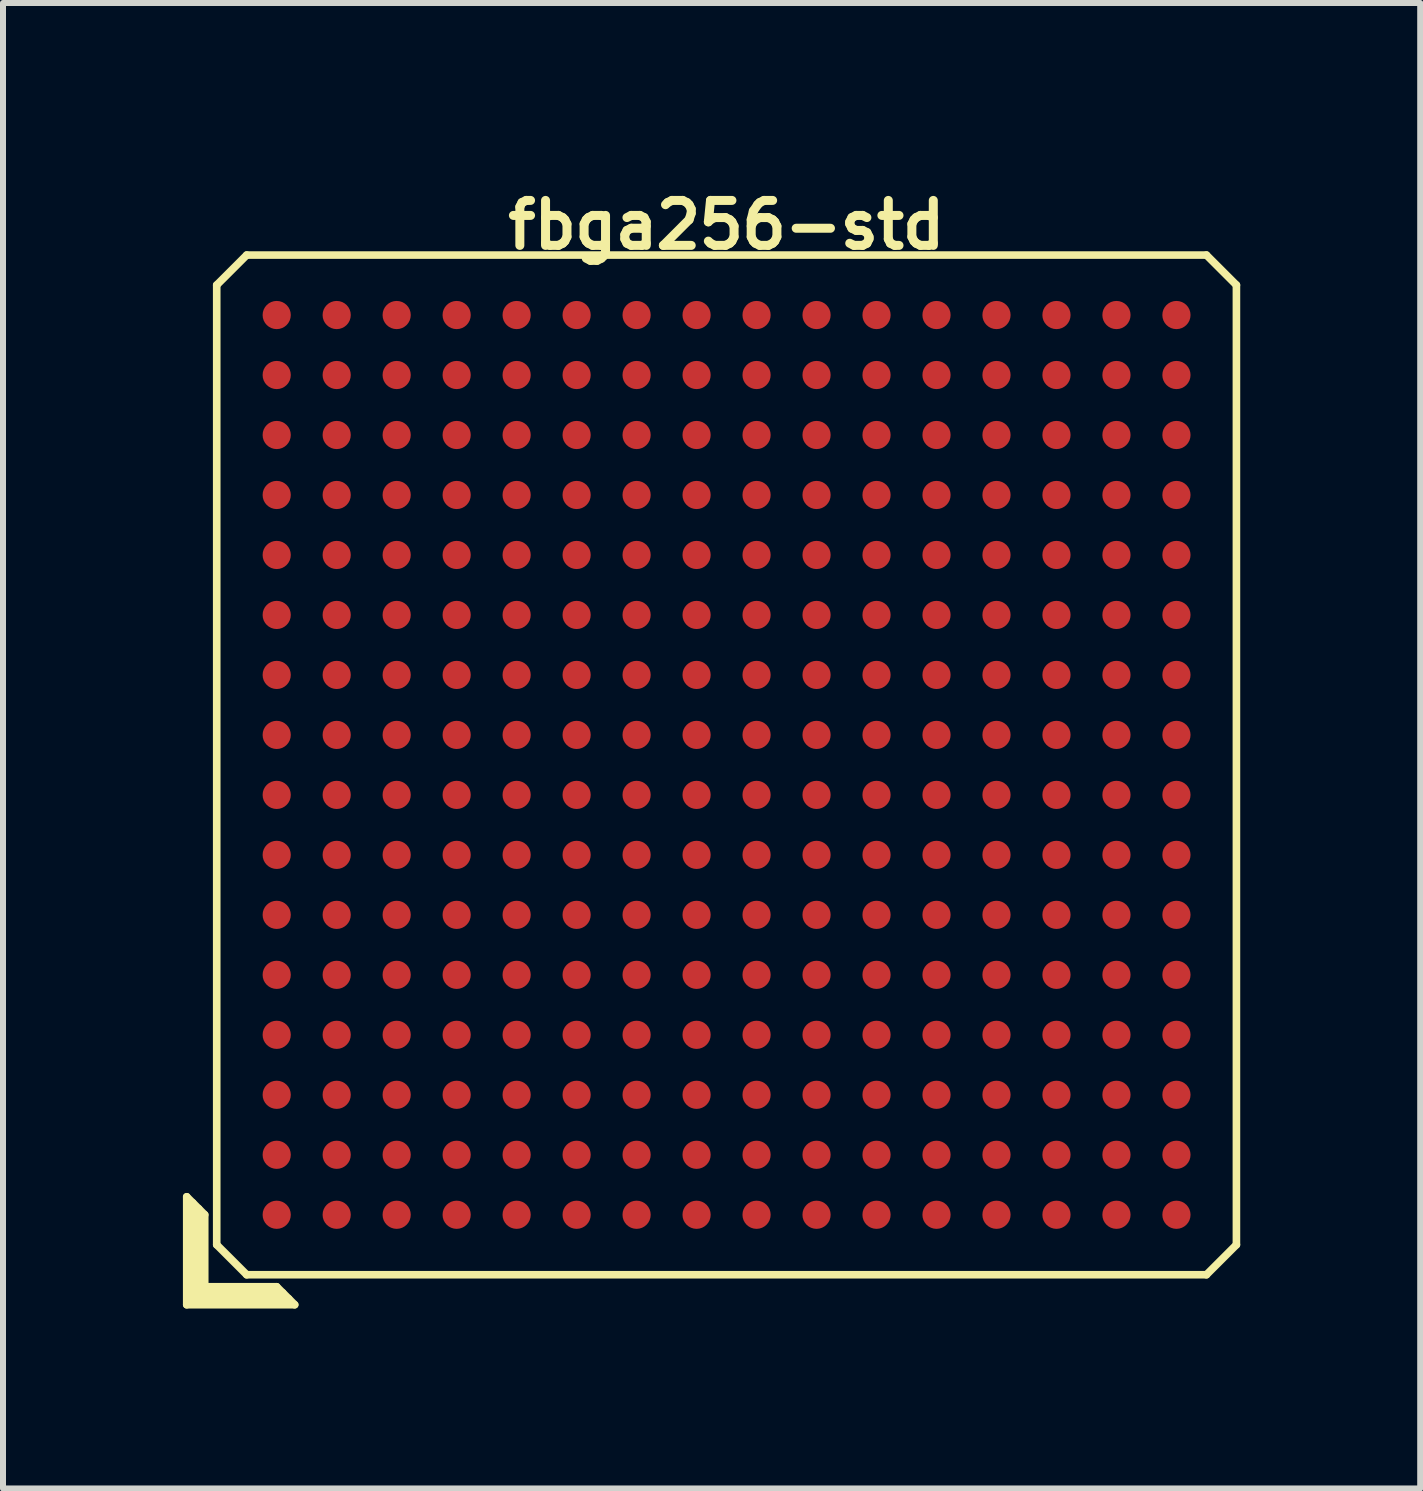
<source format=kicad_pcb>
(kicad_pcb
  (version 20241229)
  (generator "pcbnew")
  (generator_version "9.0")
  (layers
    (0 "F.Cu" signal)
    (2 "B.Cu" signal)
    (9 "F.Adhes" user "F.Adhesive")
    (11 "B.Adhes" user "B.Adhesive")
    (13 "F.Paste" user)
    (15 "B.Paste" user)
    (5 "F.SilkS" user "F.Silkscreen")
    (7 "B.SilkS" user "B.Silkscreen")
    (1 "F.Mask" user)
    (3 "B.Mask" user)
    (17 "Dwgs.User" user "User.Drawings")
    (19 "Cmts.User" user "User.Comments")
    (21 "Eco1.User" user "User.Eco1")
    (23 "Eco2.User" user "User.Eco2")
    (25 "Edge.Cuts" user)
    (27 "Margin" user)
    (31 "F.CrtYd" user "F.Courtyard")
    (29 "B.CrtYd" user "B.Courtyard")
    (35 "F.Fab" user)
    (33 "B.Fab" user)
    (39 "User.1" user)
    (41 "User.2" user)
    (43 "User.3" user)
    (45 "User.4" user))
  (footprint "fbga256-std"
    (layer "F.Cu")
    (at 9.063 9.702)
    (property "Reference" "fbga256-std" (at 0 -9 0) (layer "F.SilkS") (effects (font (size 0.75 0.75) (thickness 0.15))))
    (attr through_hole)
    (fp_line (start -9 7.2) (end -8.7 7.5) (stroke (width 0.127) (type solid)) (layer "F.SilkS"))
    (fp_line (start -9 9) (end -9 7.2) (stroke (width 0.127) (type solid)) (layer "F.SilkS"))
    (fp_line (start -8.9 8.9) (end -8.9 7.3) (stroke (width 0.127) (type solid)) (layer "F.SilkS"))
    (fp_line (start -8.8 7.4) (end -8.8 8.8) (stroke (width 0.127) (type solid)) (layer "F.SilkS"))
    (fp_line (start -8.8 8.8) (end -7.4 8.8) (stroke (width 0.127) (type solid)) (layer "F.SilkS"))
    (fp_line (start -8.7 7.5) (end -8.7 8.7) (stroke (width 0.127) (type solid)) (layer "F.SilkS"))
    (fp_line (start -8.7 8.7) (end -7.5 8.7) (stroke (width 0.127) (type solid)) (layer "F.SilkS"))
    (fp_line (start -8.5 -8) (end -8.5 8) (stroke (width 0.127) (type solid)) (layer "F.SilkS"))
    (fp_line (start -8.5 -8) (end -8 -8.5) (stroke (width 0.127) (type solid)) (layer "F.SilkS"))
    (fp_line (start -8 8.5) (end -8.5 8) (stroke (width 0.127) (type solid)) (layer "F.SilkS"))
    (fp_line (start -8 8.5) (end 8 8.5) (stroke (width 0.127) (type solid)) (layer "F.SilkS"))
    (fp_line (start -7.5 8.7) (end -7.2 9) (stroke (width 0.127) (type solid)) (layer "F.SilkS"))
    (fp_line (start -7.3 8.9) (end -8.9 8.9) (stroke (width 0.127) (type solid)) (layer "F.SilkS"))
    (fp_line (start -7.2 9) (end -9 9) (stroke (width 0.127) (type solid)) (layer "F.SilkS"))
    (fp_line (start 8 -8.5) (end -8 -8.5) (stroke (width 0.127) (type solid)) (layer "F.SilkS"))
    (fp_line (start 8 -8.5) (end 8.5 -8) (stroke (width 0.127) (type solid)) (layer "F.SilkS"))
    (fp_line (start 8.5 8) (end 8 8.5) (stroke (width 0.127) (type solid)) (layer "F.SilkS"))
    (fp_line (start 8.5 8) (end 8.5 -8) (stroke (width 0.127) (type solid)) (layer "F.SilkS"))
    (pad "A1" smd circle (at -7.5 7.5 90) (size 0.47 0.47) (layers "F.Cu" "F.Mask" "F.Paste"))
    (pad "A2" smd circle (at -7.5 6.5 90) (size 0.47 0.47) (layers "F.Cu" "F.Mask" "F.Paste"))
    (pad "A3" smd circle (at -7.5 5.5 90) (size 0.47 0.47) (layers "F.Cu" "F.Mask" "F.Paste"))
    (pad "A4" smd circle (at -7.5 4.5 90) (size 0.47 0.47) (layers "F.Cu" "F.Mask" "F.Paste"))
    (pad "A5" smd circle (at -7.5 3.5 90) (size 0.47 0.47) (layers "F.Cu" "F.Mask" "F.Paste"))
    (pad "A6" smd circle (at -7.5 2.5 90) (size 0.47 0.47) (layers "F.Cu" "F.Mask" "F.Paste"))
    (pad "A7" smd circle (at -7.5 1.5 90) (size 0.47 0.47) (layers "F.Cu" "F.Mask" "F.Paste"))
    (pad "A8" smd circle (at -7.5 0.5 90) (size 0.47 0.47) (layers "F.Cu" "F.Mask" "F.Paste"))
    (pad "A9" smd circle (at -7.5 -0.5 90) (size 0.47 0.47) (layers "F.Cu" "F.Mask" "F.Paste"))
    (pad "A10" smd circle (at -7.5 -1.5 90) (size 0.47 0.47) (layers "F.Cu" "F.Mask" "F.Paste"))
    (pad "A11" smd circle (at -7.5 -2.5 90) (size 0.47 0.47) (layers "F.Cu" "F.Mask" "F.Paste"))
    (pad "A12" smd circle (at -7.5 -3.5 90) (size 0.47 0.47) (layers "F.Cu" "F.Mask" "F.Paste"))
    (pad "A13" smd circle (at -7.5 -4.5 90) (size 0.47 0.47) (layers "F.Cu" "F.Mask" "F.Paste"))
    (pad "A14" smd circle (at -7.5 -5.5 90) (size 0.47 0.47) (layers "F.Cu" "F.Mask" "F.Paste"))
    (pad "A15" smd circle (at -7.5 -6.5 90) (size 0.47 0.47) (layers "F.Cu" "F.Mask" "F.Paste"))
    (pad "A16" smd circle (at -7.5 -7.5 90) (size 0.47 0.47) (layers "F.Cu" "F.Mask" "F.Paste"))
    (pad "B1" smd circle (at -6.5 7.5 90) (size 0.47 0.47) (layers "F.Cu" "F.Mask" "F.Paste"))
    (pad "B2" smd circle (at -6.5 6.5 90) (size 0.47 0.47) (layers "F.Cu" "F.Mask" "F.Paste"))
    (pad "B3" smd circle (at -6.5 5.5 90) (size 0.47 0.47) (layers "F.Cu" "F.Mask" "F.Paste"))
    (pad "B4" smd circle (at -6.5 4.5 90) (size 0.47 0.47) (layers "F.Cu" "F.Mask" "F.Paste"))
    (pad "B5" smd circle (at -6.5 3.5 90) (size 0.47 0.47) (layers "F.Cu" "F.Mask" "F.Paste"))
    (pad "B6" smd circle (at -6.5 2.5 90) (size 0.47 0.47) (layers "F.Cu" "F.Mask" "F.Paste"))
    (pad "B7" smd circle (at -6.5 1.5 90) (size 0.47 0.47) (layers "F.Cu" "F.Mask" "F.Paste"))
    (pad "B8" smd circle (at -6.5 0.5 90) (size 0.47 0.47) (layers "F.Cu" "F.Mask" "F.Paste"))
    (pad "B9" smd circle (at -6.5 -0.5 90) (size 0.47 0.47) (layers "F.Cu" "F.Mask" "F.Paste"))
    (pad "B10" smd circle (at -6.5 -1.5 90) (size 0.47 0.47) (layers "F.Cu" "F.Mask" "F.Paste"))
    (pad "B11" smd circle (at -6.5 -2.5 90) (size 0.47 0.47) (layers "F.Cu" "F.Mask" "F.Paste"))
    (pad "B12" smd circle (at -6.5 -3.5 90) (size 0.47 0.47) (layers "F.Cu" "F.Mask" "F.Paste"))
    (pad "B13" smd circle (at -6.5 -4.5 90) (size 0.47 0.47) (layers "F.Cu" "F.Mask" "F.Paste"))
    (pad "B14" smd circle (at -6.5 -5.5 90) (size 0.47 0.47) (layers "F.Cu" "F.Mask" "F.Paste"))
    (pad "B15" smd circle (at -6.5 -6.5 90) (size 0.47 0.47) (layers "F.Cu" "F.Mask" "F.Paste"))
    (pad "B16" smd circle (at -6.5 -7.5 90) (size 0.47 0.47) (layers "F.Cu" "F.Mask" "F.Paste"))
    (pad "C1" smd circle (at -5.5 7.5 90) (size 0.47 0.47) (layers "F.Cu" "F.Mask" "F.Paste"))
    (pad "C2" smd circle (at -5.5 6.5 90) (size 0.47 0.47) (layers "F.Cu" "F.Mask" "F.Paste"))
    (pad "C3" smd circle (at -5.5 5.5 90) (size 0.47 0.47) (layers "F.Cu" "F.Mask" "F.Paste"))
    (pad "C4" smd circle (at -5.5 4.5 90) (size 0.47 0.47) (layers "F.Cu" "F.Mask" "F.Paste"))
    (pad "C5" smd circle (at -5.5 3.5 90) (size 0.47 0.47) (layers "F.Cu" "F.Mask" "F.Paste"))
    (pad "C6" smd circle (at -5.5 2.5 90) (size 0.47 0.47) (layers "F.Cu" "F.Mask" "F.Paste"))
    (pad "C7" smd circle (at -5.5 1.5 90) (size 0.47 0.47) (layers "F.Cu" "F.Mask" "F.Paste"))
    (pad "C8" smd circle (at -5.5 0.5 90) (size 0.47 0.47) (layers "F.Cu" "F.Mask" "F.Paste"))
    (pad "C9" smd circle (at -5.5 -0.5 90) (size 0.47 0.47) (layers "F.Cu" "F.Mask" "F.Paste"))
    (pad "C10" smd circle (at -5.5 -1.5 90) (size 0.47 0.47) (layers "F.Cu" "F.Mask" "F.Paste"))
    (pad "C11" smd circle (at -5.5 -2.5 90) (size 0.47 0.47) (layers "F.Cu" "F.Mask" "F.Paste"))
    (pad "C12" smd circle (at -5.5 -3.5 90) (size 0.47 0.47) (layers "F.Cu" "F.Mask" "F.Paste"))
    (pad "C13" smd circle (at -5.5 -4.5 90) (size 0.47 0.47) (layers "F.Cu" "F.Mask" "F.Paste"))
    (pad "C14" smd circle (at -5.5 -5.5 90) (size 0.47 0.47) (layers "F.Cu" "F.Mask" "F.Paste"))
    (pad "C15" smd circle (at -5.5 -6.5 90) (size 0.47 0.47) (layers "F.Cu" "F.Mask" "F.Paste"))
    (pad "C16" smd circle (at -5.5 -7.5 90) (size 0.47 0.47) (layers "F.Cu" "F.Mask" "F.Paste"))
    (pad "D1" smd circle (at -4.5 7.5 90) (size 0.47 0.47) (layers "F.Cu" "F.Mask" "F.Paste"))
    (pad "D2" smd circle (at -4.5 6.5 90) (size 0.47 0.47) (layers "F.Cu" "F.Mask" "F.Paste"))
    (pad "D3" smd circle (at -4.5 5.5 90) (size 0.47 0.47) (layers "F.Cu" "F.Mask" "F.Paste"))
    (pad "D4" smd circle (at -4.5 4.5 90) (size 0.47 0.47) (layers "F.Cu" "F.Mask" "F.Paste"))
    (pad "D5" smd circle (at -4.5 3.5 90) (size 0.47 0.47) (layers "F.Cu" "F.Mask" "F.Paste"))
    (pad "D6" smd circle (at -4.5 2.5 90) (size 0.47 0.47) (layers "F.Cu" "F.Mask" "F.Paste"))
    (pad "D7" smd circle (at -4.5 1.5 90) (size 0.47 0.47) (layers "F.Cu" "F.Mask" "F.Paste"))
    (pad "D8" smd circle (at -4.5 0.5 90) (size 0.47 0.47) (layers "F.Cu" "F.Mask" "F.Paste"))
    (pad "D9" smd circle (at -4.5 -0.5 90) (size 0.47 0.47) (layers "F.Cu" "F.Mask" "F.Paste"))
    (pad "D10" smd circle (at -4.5 -1.5 90) (size 0.47 0.47) (layers "F.Cu" "F.Mask" "F.Paste"))
    (pad "D11" smd circle (at -4.5 -2.5 90) (size 0.47 0.47) (layers "F.Cu" "F.Mask" "F.Paste"))
    (pad "D12" smd circle (at -4.5 -3.5 90) (size 0.47 0.47) (layers "F.Cu" "F.Mask" "F.Paste"))
    (pad "D13" smd circle (at -4.5 -4.5 90) (size 0.47 0.47) (layers "F.Cu" "F.Mask" "F.Paste"))
    (pad "D14" smd circle (at -4.5 -5.5 90) (size 0.47 0.47) (layers "F.Cu" "F.Mask" "F.Paste"))
    (pad "D15" smd circle (at -4.5 -6.5 90) (size 0.47 0.47) (layers "F.Cu" "F.Mask" "F.Paste"))
    (pad "D16" smd circle (at -4.5 -7.5 90) (size 0.47 0.47) (layers "F.Cu" "F.Mask" "F.Paste"))
    (pad "E1" smd circle (at -3.5 7.5 90) (size 0.47 0.47) (layers "F.Cu" "F.Mask" "F.Paste"))
    (pad "E2" smd circle (at -3.5 6.5 90) (size 0.47 0.47) (layers "F.Cu" "F.Mask" "F.Paste"))
    (pad "E3" smd circle (at -3.5 5.5 90) (size 0.47 0.47) (layers "F.Cu" "F.Mask" "F.Paste"))
    (pad "E4" smd circle (at -3.5 4.5 90) (size 0.47 0.47) (layers "F.Cu" "F.Mask" "F.Paste"))
    (pad "E5" smd circle (at -3.5 3.5 90) (size 0.47 0.47) (layers "F.Cu" "F.Mask" "F.Paste"))
    (pad "E6" smd circle (at -3.5 2.5 90) (size 0.47 0.47) (layers "F.Cu" "F.Mask" "F.Paste"))
    (pad "E7" smd circle (at -3.5 1.5 90) (size 0.47 0.47) (layers "F.Cu" "F.Mask" "F.Paste"))
    (pad "E8" smd circle (at -3.5 0.5 90) (size 0.47 0.47) (layers "F.Cu" "F.Mask" "F.Paste"))
    (pad "E9" smd circle (at -3.5 -0.5 90) (size 0.47 0.47) (layers "F.Cu" "F.Mask" "F.Paste"))
    (pad "E10" smd circle (at -3.5 -1.5 90) (size 0.47 0.47) (layers "F.Cu" "F.Mask" "F.Paste"))
    (pad "E11" smd circle (at -3.5 -2.5 90) (size 0.47 0.47) (layers "F.Cu" "F.Mask" "F.Paste"))
    (pad "E12" smd circle (at -3.5 -3.5 90) (size 0.47 0.47) (layers "F.Cu" "F.Mask" "F.Paste"))
    (pad "E13" smd circle (at -3.5 -4.5 90) (size 0.47 0.47) (layers "F.Cu" "F.Mask" "F.Paste"))
    (pad "E14" smd circle (at -3.5 -5.5 90) (size 0.47 0.47) (layers "F.Cu" "F.Mask" "F.Paste"))
    (pad "E15" smd circle (at -3.5 -6.5 90) (size 0.47 0.47) (layers "F.Cu" "F.Mask" "F.Paste"))
    (pad "E16" smd circle (at -3.5 -7.5 90) (size 0.47 0.47) (layers "F.Cu" "F.Mask" "F.Paste"))
    (pad "F1" smd circle (at -2.5 7.5 90) (size 0.47 0.47) (layers "F.Cu" "F.Mask" "F.Paste"))
    (pad "F2" smd circle (at -2.5 6.5 90) (size 0.47 0.47) (layers "F.Cu" "F.Mask" "F.Paste"))
    (pad "F3" smd circle (at -2.5 5.5 90) (size 0.47 0.47) (layers "F.Cu" "F.Mask" "F.Paste"))
    (pad "F4" smd circle (at -2.5 4.5 90) (size 0.47 0.47) (layers "F.Cu" "F.Mask" "F.Paste"))
    (pad "F5" smd circle (at -2.5 3.5 90) (size 0.47 0.47) (layers "F.Cu" "F.Mask" "F.Paste"))
    (pad "F6" smd circle (at -2.5 2.5 90) (size 0.47 0.47) (layers "F.Cu" "F.Mask" "F.Paste"))
    (pad "F7" smd circle (at -2.5 1.5 90) (size 0.47 0.47) (layers "F.Cu" "F.Mask" "F.Paste"))
    (pad "F8" smd circle (at -2.5 0.5 90) (size 0.47 0.47) (layers "F.Cu" "F.Mask" "F.Paste"))
    (pad "F9" smd circle (at -2.5 -0.5 90) (size 0.47 0.47) (layers "F.Cu" "F.Mask" "F.Paste"))
    (pad "F10" smd circle (at -2.5 -1.5 90) (size 0.47 0.47) (layers "F.Cu" "F.Mask" "F.Paste"))
    (pad "F11" smd circle (at -2.5 -2.5 90) (size 0.47 0.47) (layers "F.Cu" "F.Mask" "F.Paste"))
    (pad "F12" smd circle (at -2.5 -3.5 90) (size 0.47 0.47) (layers "F.Cu" "F.Mask" "F.Paste"))
    (pad "F13" smd circle (at -2.5 -4.5 90) (size 0.47 0.47) (layers "F.Cu" "F.Mask" "F.Paste"))
    (pad "F14" smd circle (at -2.5 -5.5 90) (size 0.47 0.47) (layers "F.Cu" "F.Mask" "F.Paste"))
    (pad "F15" smd circle (at -2.5 -6.5 90) (size 0.47 0.47) (layers "F.Cu" "F.Mask" "F.Paste"))
    (pad "F16" smd circle (at -2.5 -7.5 90) (size 0.47 0.47) (layers "F.Cu" "F.Mask" "F.Paste"))
    (pad "G1" smd circle (at -1.5 7.5 90) (size 0.47 0.47) (layers "F.Cu" "F.Mask" "F.Paste"))
    (pad "G2" smd circle (at -1.5 6.5 90) (size 0.47 0.47) (layers "F.Cu" "F.Mask" "F.Paste"))
    (pad "G3" smd circle (at -1.5 5.5 90) (size 0.47 0.47) (layers "F.Cu" "F.Mask" "F.Paste"))
    (pad "G4" smd circle (at -1.5 4.5 90) (size 0.47 0.47) (layers "F.Cu" "F.Mask" "F.Paste"))
    (pad "G5" smd circle (at -1.5 3.5 90) (size 0.47 0.47) (layers "F.Cu" "F.Mask" "F.Paste"))
    (pad "G6" smd circle (at -1.5 2.5 90) (size 0.47 0.47) (layers "F.Cu" "F.Mask" "F.Paste"))
    (pad "G7" smd circle (at -1.5 1.5 90) (size 0.47 0.47) (layers "F.Cu" "F.Mask" "F.Paste"))
    (pad "G8" smd circle (at -1.5 0.5 90) (size 0.47 0.47) (layers "F.Cu" "F.Mask" "F.Paste"))
    (pad "G9" smd circle (at -1.5 -0.5 90) (size 0.47 0.47) (layers "F.Cu" "F.Mask" "F.Paste"))
    (pad "G10" smd circle (at -1.5 -1.5 90) (size 0.47 0.47) (layers "F.Cu" "F.Mask" "F.Paste"))
    (pad "G11" smd circle (at -1.5 -2.5 90) (size 0.47 0.47) (layers "F.Cu" "F.Mask" "F.Paste"))
    (pad "G12" smd circle (at -1.5 -3.5 90) (size 0.47 0.47) (layers "F.Cu" "F.Mask" "F.Paste"))
    (pad "G13" smd circle (at -1.5 -4.5 90) (size 0.47 0.47) (layers "F.Cu" "F.Mask" "F.Paste"))
    (pad "G14" smd circle (at -1.5 -5.5 90) (size 0.47 0.47) (layers "F.Cu" "F.Mask" "F.Paste"))
    (pad "G15" smd circle (at -1.5 -6.5 90) (size 0.47 0.47) (layers "F.Cu" "F.Mask" "F.Paste"))
    (pad "G16" smd circle (at -1.5 -7.5 90) (size 0.47 0.47) (layers "F.Cu" "F.Mask" "F.Paste"))
    (pad "H1" smd circle (at -0.5 7.5 90) (size 0.47 0.47) (layers "F.Cu" "F.Mask" "F.Paste"))
    (pad "H2" smd circle (at -0.5 6.5 90) (size 0.47 0.47) (layers "F.Cu" "F.Mask" "F.Paste"))
    (pad "H3" smd circle (at -0.5 5.5 90) (size 0.47 0.47) (layers "F.Cu" "F.Mask" "F.Paste"))
    (pad "H4" smd circle (at -0.5 4.5 90) (size 0.47 0.47) (layers "F.Cu" "F.Mask" "F.Paste"))
    (pad "H5" smd circle (at -0.5 3.5 90) (size 0.47 0.47) (layers "F.Cu" "F.Mask" "F.Paste"))
    (pad "H6" smd circle (at -0.5 2.5 90) (size 0.47 0.47) (layers "F.Cu" "F.Mask" "F.Paste"))
    (pad "H7" smd circle (at -0.5 1.5 90) (size 0.47 0.47) (layers "F.Cu" "F.Mask" "F.Paste"))
    (pad "H8" smd circle (at -0.5 0.5 90) (size 0.47 0.47) (layers "F.Cu" "F.Mask" "F.Paste"))
    (pad "H9" smd circle (at -0.5 -0.5 90) (size 0.47 0.47) (layers "F.Cu" "F.Mask" "F.Paste"))
    (pad "H10" smd circle (at -0.5 -1.5 90) (size 0.47 0.47) (layers "F.Cu" "F.Mask" "F.Paste"))
    (pad "H11" smd circle (at -0.5 -2.5 90) (size 0.47 0.47) (layers "F.Cu" "F.Mask" "F.Paste"))
    (pad "H12" smd circle (at -0.5 -3.5 90) (size 0.47 0.47) (layers "F.Cu" "F.Mask" "F.Paste"))
    (pad "H13" smd circle (at -0.5 -4.5 90) (size 0.47 0.47) (layers "F.Cu" "F.Mask" "F.Paste"))
    (pad "H14" smd circle (at -0.5 -5.5 90) (size 0.47 0.47) (layers "F.Cu" "F.Mask" "F.Paste"))
    (pad "H15" smd circle (at -0.5 -6.5 90) (size 0.47 0.47) (layers "F.Cu" "F.Mask" "F.Paste"))
    (pad "H16" smd circle (at -0.5 -7.5 90) (size 0.47 0.47) (layers "F.Cu" "F.Mask" "F.Paste"))
    (pad "J1" smd circle (at 0.5 7.5 90) (size 0.47 0.47) (layers "F.Cu" "F.Mask" "F.Paste"))
    (pad "J2" smd circle (at 0.5 6.5 90) (size 0.47 0.47) (layers "F.Cu" "F.Mask" "F.Paste"))
    (pad "J3" smd circle (at 0.5 5.5 90) (size 0.47 0.47) (layers "F.Cu" "F.Mask" "F.Paste"))
    (pad "J4" smd circle (at 0.5 4.5 90) (size 0.47 0.47) (layers "F.Cu" "F.Mask" "F.Paste"))
    (pad "J5" smd circle (at 0.5 3.5 90) (size 0.47 0.47) (layers "F.Cu" "F.Mask" "F.Paste"))
    (pad "J6" smd circle (at 0.5 2.5 90) (size 0.47 0.47) (layers "F.Cu" "F.Mask" "F.Paste"))
    (pad "J7" smd circle (at 0.5 1.5 90) (size 0.47 0.47) (layers "F.Cu" "F.Mask" "F.Paste"))
    (pad "J8" smd circle (at 0.5 0.5 90) (size 0.47 0.47) (layers "F.Cu" "F.Mask" "F.Paste"))
    (pad "J9" smd circle (at 0.5 -0.5 90) (size 0.47 0.47) (layers "F.Cu" "F.Mask" "F.Paste"))
    (pad "J10" smd circle (at 0.5 -1.5 90) (size 0.47 0.47) (layers "F.Cu" "F.Mask" "F.Paste"))
    (pad "J11" smd circle (at 0.5 -2.5 90) (size 0.47 0.47) (layers "F.Cu" "F.Mask" "F.Paste"))
    (pad "J12" smd circle (at 0.5 -3.5 90) (size 0.47 0.47) (layers "F.Cu" "F.Mask" "F.Paste"))
    (pad "J13" smd circle (at 0.5 -4.5 90) (size 0.47 0.47) (layers "F.Cu" "F.Mask" "F.Paste"))
    (pad "J14" smd circle (at 0.5 -5.5 90) (size 0.47 0.47) (layers "F.Cu" "F.Mask" "F.Paste"))
    (pad "J15" smd circle (at 0.5 -6.5 90) (size 0.47 0.47) (layers "F.Cu" "F.Mask" "F.Paste"))
    (pad "J16" smd circle (at 0.5 -7.5 90) (size 0.47 0.47) (layers "F.Cu" "F.Mask" "F.Paste"))
    (pad "K1" smd circle (at 1.5 7.5 90) (size 0.47 0.47) (layers "F.Cu" "F.Mask" "F.Paste"))
    (pad "K2" smd circle (at 1.5 6.5 90) (size 0.47 0.47) (layers "F.Cu" "F.Mask" "F.Paste"))
    (pad "K3" smd circle (at 1.5 5.5 90) (size 0.47 0.47) (layers "F.Cu" "F.Mask" "F.Paste"))
    (pad "K4" smd circle (at 1.5 4.5 90) (size 0.47 0.47) (layers "F.Cu" "F.Mask" "F.Paste"))
    (pad "K5" smd circle (at 1.5 3.5 90) (size 0.47 0.47) (layers "F.Cu" "F.Mask" "F.Paste"))
    (pad "K6" smd circle (at 1.5 2.5 90) (size 0.47 0.47) (layers "F.Cu" "F.Mask" "F.Paste"))
    (pad "K7" smd circle (at 1.5 1.5 90) (size 0.47 0.47) (layers "F.Cu" "F.Mask" "F.Paste"))
    (pad "K8" smd circle (at 1.5 0.5 90) (size 0.47 0.47) (layers "F.Cu" "F.Mask" "F.Paste"))
    (pad "K9" smd circle (at 1.5 -0.5 90) (size 0.47 0.47) (layers "F.Cu" "F.Mask" "F.Paste"))
    (pad "K10" smd circle (at 1.5 -1.5 90) (size 0.47 0.47) (layers "F.Cu" "F.Mask" "F.Paste"))
    (pad "K11" smd circle (at 1.5 -2.5 90) (size 0.47 0.47) (layers "F.Cu" "F.Mask" "F.Paste"))
    (pad "K12" smd circle (at 1.5 -3.5 90) (size 0.47 0.47) (layers "F.Cu" "F.Mask" "F.Paste"))
    (pad "K13" smd circle (at 1.5 -4.5 90) (size 0.47 0.47) (layers "F.Cu" "F.Mask" "F.Paste"))
    (pad "K14" smd circle (at 1.5 -5.5 90) (size 0.47 0.47) (layers "F.Cu" "F.Mask" "F.Paste"))
    (pad "K15" smd circle (at 1.5 -6.5 90) (size 0.47 0.47) (layers "F.Cu" "F.Mask" "F.Paste"))
    (pad "K16" smd circle (at 1.5 -7.5 90) (size 0.47 0.47) (layers "F.Cu" "F.Mask" "F.Paste"))
    (pad "L1" smd circle (at 2.5 7.5 90) (size 0.47 0.47) (layers "F.Cu" "F.Mask" "F.Paste"))
    (pad "L2" smd circle (at 2.5 6.5 90) (size 0.47 0.47) (layers "F.Cu" "F.Mask" "F.Paste"))
    (pad "L3" smd circle (at 2.5 5.5 90) (size 0.47 0.47) (layers "F.Cu" "F.Mask" "F.Paste"))
    (pad "L4" smd circle (at 2.5 4.5 90) (size 0.47 0.47) (layers "F.Cu" "F.Mask" "F.Paste"))
    (pad "L5" smd circle (at 2.5 3.5 90) (size 0.47 0.47) (layers "F.Cu" "F.Mask" "F.Paste"))
    (pad "L6" smd circle (at 2.5 2.5 90) (size 0.47 0.47) (layers "F.Cu" "F.Mask" "F.Paste"))
    (pad "L7" smd circle (at 2.5 1.5 90) (size 0.47 0.47) (layers "F.Cu" "F.Mask" "F.Paste"))
    (pad "L8" smd circle (at 2.5 0.5 90) (size 0.47 0.47) (layers "F.Cu" "F.Mask" "F.Paste"))
    (pad "L9" smd circle (at 2.5 -0.5 90) (size 0.47 0.47) (layers "F.Cu" "F.Mask" "F.Paste"))
    (pad "L10" smd circle (at 2.5 -1.5 90) (size 0.47 0.47) (layers "F.Cu" "F.Mask" "F.Paste"))
    (pad "L11" smd circle (at 2.5 -2.5 90) (size 0.47 0.47) (layers "F.Cu" "F.Mask" "F.Paste"))
    (pad "L12" smd circle (at 2.5 -3.5 90) (size 0.47 0.47) (layers "F.Cu" "F.Mask" "F.Paste"))
    (pad "L13" smd circle (at 2.5 -4.5 90) (size 0.47 0.47) (layers "F.Cu" "F.Mask" "F.Paste"))
    (pad "L14" smd circle (at 2.5 -5.5 90) (size 0.47 0.47) (layers "F.Cu" "F.Mask" "F.Paste"))
    (pad "L15" smd circle (at 2.5 -6.5 90) (size 0.47 0.47) (layers "F.Cu" "F.Mask" "F.Paste"))
    (pad "L16" smd circle (at 2.5 -7.5 90) (size 0.47 0.47) (layers "F.Cu" "F.Mask" "F.Paste"))
    (pad "M1" smd circle (at 3.5 7.5 90) (size 0.47 0.47) (layers "F.Cu" "F.Mask" "F.Paste"))
    (pad "M2" smd circle (at 3.5 6.5 90) (size 0.47 0.47) (layers "F.Cu" "F.Mask" "F.Paste"))
    (pad "M3" smd circle (at 3.5 5.5 90) (size 0.47 0.47) (layers "F.Cu" "F.Mask" "F.Paste"))
    (pad "M4" smd circle (at 3.5 4.5 90) (size 0.47 0.47) (layers "F.Cu" "F.Mask" "F.Paste"))
    (pad "M5" smd circle (at 3.5 3.5 90) (size 0.47 0.47) (layers "F.Cu" "F.Mask" "F.Paste"))
    (pad "M6" smd circle (at 3.5 2.5 90) (size 0.47 0.47) (layers "F.Cu" "F.Mask" "F.Paste"))
    (pad "M7" smd circle (at 3.5 1.5 90) (size 0.47 0.47) (layers "F.Cu" "F.Mask" "F.Paste"))
    (pad "M8" smd circle (at 3.5 0.5 90) (size 0.47 0.47) (layers "F.Cu" "F.Mask" "F.Paste"))
    (pad "M9" smd circle (at 3.5 -0.5 90) (size 0.47 0.47) (layers "F.Cu" "F.Mask" "F.Paste"))
    (pad "M10" smd circle (at 3.5 -1.5 90) (size 0.47 0.47) (layers "F.Cu" "F.Mask" "F.Paste"))
    (pad "M11" smd circle (at 3.5 -2.5 90) (size 0.47 0.47) (layers "F.Cu" "F.Mask" "F.Paste"))
    (pad "M12" smd circle (at 3.5 -3.5 90) (size 0.47 0.47) (layers "F.Cu" "F.Mask" "F.Paste"))
    (pad "M13" smd circle (at 3.5 -4.5 90) (size 0.47 0.47) (layers "F.Cu" "F.Mask" "F.Paste"))
    (pad "M14" smd circle (at 3.5 -5.5 90) (size 0.47 0.47) (layers "F.Cu" "F.Mask" "F.Paste"))
    (pad "M15" smd circle (at 3.5 -6.5 90) (size 0.47 0.47) (layers "F.Cu" "F.Mask" "F.Paste"))
    (pad "M16" smd circle (at 3.5 -7.5 90) (size 0.47 0.47) (layers "F.Cu" "F.Mask" "F.Paste"))
    (pad "N1" smd circle (at 4.5 7.5 90) (size 0.47 0.47) (layers "F.Cu" "F.Mask" "F.Paste"))
    (pad "N2" smd circle (at 4.5 6.5 90) (size 0.47 0.47) (layers "F.Cu" "F.Mask" "F.Paste"))
    (pad "N3" smd circle (at 4.5 5.5 90) (size 0.47 0.47) (layers "F.Cu" "F.Mask" "F.Paste"))
    (pad "N4" smd circle (at 4.5 4.5 90) (size 0.47 0.47) (layers "F.Cu" "F.Mask" "F.Paste"))
    (pad "N5" smd circle (at 4.5 3.5 90) (size 0.47 0.47) (layers "F.Cu" "F.Mask" "F.Paste"))
    (pad "N6" smd circle (at 4.5 2.5 90) (size 0.47 0.47) (layers "F.Cu" "F.Mask" "F.Paste"))
    (pad "N7" smd circle (at 4.5 1.5 90) (size 0.47 0.47) (layers "F.Cu" "F.Mask" "F.Paste"))
    (pad "N8" smd circle (at 4.5 0.5 90) (size 0.47 0.47) (layers "F.Cu" "F.Mask" "F.Paste"))
    (pad "N9" smd circle (at 4.5 -0.5 90) (size 0.47 0.47) (layers "F.Cu" "F.Mask" "F.Paste"))
    (pad "N10" smd circle (at 4.5 -1.5 90) (size 0.47 0.47) (layers "F.Cu" "F.Mask" "F.Paste"))
    (pad "N11" smd circle (at 4.5 -2.5 90) (size 0.47 0.47) (layers "F.Cu" "F.Mask" "F.Paste"))
    (pad "N12" smd circle (at 4.5 -3.5 90) (size 0.47 0.47) (layers "F.Cu" "F.Mask" "F.Paste"))
    (pad "N13" smd circle (at 4.5 -4.5 90) (size 0.47 0.47) (layers "F.Cu" "F.Mask" "F.Paste"))
    (pad "N14" smd circle (at 4.5 -5.5 90) (size 0.47 0.47) (layers "F.Cu" "F.Mask" "F.Paste"))
    (pad "N15" smd circle (at 4.5 -6.5 90) (size 0.47 0.47) (layers "F.Cu" "F.Mask" "F.Paste"))
    (pad "N16" smd circle (at 4.5 -7.5 90) (size 0.47 0.47) (layers "F.Cu" "F.Mask" "F.Paste"))
    (pad "P1" smd circle (at 5.5 7.5 90) (size 0.47 0.47) (layers "F.Cu" "F.Mask" "F.Paste"))
    (pad "P2" smd circle (at 5.5 6.5 90) (size 0.47 0.47) (layers "F.Cu" "F.Mask" "F.Paste"))
    (pad "P3" smd circle (at 5.5 5.5 90) (size 0.47 0.47) (layers "F.Cu" "F.Mask" "F.Paste"))
    (pad "P4" smd circle (at 5.5 4.5 90) (size 0.47 0.47) (layers "F.Cu" "F.Mask" "F.Paste"))
    (pad "P5" smd circle (at 5.5 3.5 90) (size 0.47 0.47) (layers "F.Cu" "F.Mask" "F.Paste"))
    (pad "P6" smd circle (at 5.5 2.5 90) (size 0.47 0.47) (layers "F.Cu" "F.Mask" "F.Paste"))
    (pad "P7" smd circle (at 5.5 1.5 90) (size 0.47 0.47) (layers "F.Cu" "F.Mask" "F.Paste"))
    (pad "P8" smd circle (at 5.5 0.5 90) (size 0.47 0.47) (layers "F.Cu" "F.Mask" "F.Paste"))
    (pad "P9" smd circle (at 5.5 -0.5 90) (size 0.47 0.47) (layers "F.Cu" "F.Mask" "F.Paste"))
    (pad "P10" smd circle (at 5.5 -1.5 90) (size 0.47 0.47) (layers "F.Cu" "F.Mask" "F.Paste"))
    (pad "P11" smd circle (at 5.5 -2.5 90) (size 0.47 0.47) (layers "F.Cu" "F.Mask" "F.Paste"))
    (pad "P12" smd circle (at 5.5 -3.5 90) (size 0.47 0.47) (layers "F.Cu" "F.Mask" "F.Paste"))
    (pad "P13" smd circle (at 5.5 -4.5 90) (size 0.47 0.47) (layers "F.Cu" "F.Mask" "F.Paste"))
    (pad "P14" smd circle (at 5.5 -5.5 90) (size 0.47 0.47) (layers "F.Cu" "F.Mask" "F.Paste"))
    (pad "P15" smd circle (at 5.5 -6.5 90) (size 0.47 0.47) (layers "F.Cu" "F.Mask" "F.Paste"))
    (pad "P16" smd circle (at 5.5 -7.5 90) (size 0.47 0.47) (layers "F.Cu" "F.Mask" "F.Paste"))
    (pad "R1" smd circle (at 6.5 7.5 90) (size 0.47 0.47) (layers "F.Cu" "F.Mask" "F.Paste"))
    (pad "R2" smd circle (at 6.5 6.5 90) (size 0.47 0.47) (layers "F.Cu" "F.Mask" "F.Paste"))
    (pad "R3" smd circle (at 6.5 5.5 90) (size 0.47 0.47) (layers "F.Cu" "F.Mask" "F.Paste"))
    (pad "R4" smd circle (at 6.5 4.5 90) (size 0.47 0.47) (layers "F.Cu" "F.Mask" "F.Paste"))
    (pad "R5" smd circle (at 6.5 3.5 90) (size 0.47 0.47) (layers "F.Cu" "F.Mask" "F.Paste"))
    (pad "R6" smd circle (at 6.5 2.5 90) (size 0.47 0.47) (layers "F.Cu" "F.Mask" "F.Paste"))
    (pad "R7" smd circle (at 6.5 1.5 90) (size 0.47 0.47) (layers "F.Cu" "F.Mask" "F.Paste"))
    (pad "R8" smd circle (at 6.5 0.5 90) (size 0.47 0.47) (layers "F.Cu" "F.Mask" "F.Paste"))
    (pad "R9" smd circle (at 6.5 -0.5 90) (size 0.47 0.47) (layers "F.Cu" "F.Mask" "F.Paste"))
    (pad "R10" smd circle (at 6.5 -1.5 90) (size 0.47 0.47) (layers "F.Cu" "F.Mask" "F.Paste"))
    (pad "R11" smd circle (at 6.5 -2.5 90) (size 0.47 0.47) (layers "F.Cu" "F.Mask" "F.Paste"))
    (pad "R12" smd circle (at 6.5 -3.5 90) (size 0.47 0.47) (layers "F.Cu" "F.Mask" "F.Paste"))
    (pad "R13" smd circle (at 6.5 -4.5 90) (size 0.47 0.47) (layers "F.Cu" "F.Mask" "F.Paste"))
    (pad "R14" smd circle (at 6.5 -5.5 90) (size 0.47 0.47) (layers "F.Cu" "F.Mask" "F.Paste"))
    (pad "R15" smd circle (at 6.5 -6.5 90) (size 0.47 0.47) (layers "F.Cu" "F.Mask" "F.Paste"))
    (pad "R16" smd circle (at 6.5 -7.5 90) (size 0.47 0.47) (layers "F.Cu" "F.Mask" "F.Paste"))
    (pad "T1" smd circle (at 7.5 7.5 90) (size 0.47 0.47) (layers "F.Cu" "F.Mask" "F.Paste"))
    (pad "T2" smd circle (at 7.5 6.5 90) (size 0.47 0.47) (layers "F.Cu" "F.Mask" "F.Paste"))
    (pad "T3" smd circle (at 7.5 5.5 90) (size 0.47 0.47) (layers "F.Cu" "F.Mask" "F.Paste"))
    (pad "T4" smd circle (at 7.5 4.5 90) (size 0.47 0.47) (layers "F.Cu" "F.Mask" "F.Paste"))
    (pad "T5" smd circle (at 7.5 3.5 90) (size 0.47 0.47) (layers "F.Cu" "F.Mask" "F.Paste"))
    (pad "T6" smd circle (at 7.5 2.5 90) (size 0.47 0.47) (layers "F.Cu" "F.Mask" "F.Paste"))
    (pad "T7" smd circle (at 7.5 1.5 90) (size 0.47 0.47) (layers "F.Cu" "F.Mask" "F.Paste"))
    (pad "T8" smd circle (at 7.5 0.5 90) (size 0.47 0.47) (layers "F.Cu" "F.Mask" "F.Paste"))
    (pad "T9" smd circle (at 7.5 -0.5 90) (size 0.47 0.47) (layers "F.Cu" "F.Mask" "F.Paste"))
    (pad "T10" smd circle (at 7.5 -1.5 90) (size 0.47 0.47) (layers "F.Cu" "F.Mask" "F.Paste"))
    (pad "T11" smd circle (at 7.5 -2.5 90) (size 0.47 0.47) (layers "F.Cu" "F.Mask" "F.Paste"))
    (pad "T12" smd circle (at 7.5 -3.5 90) (size 0.47 0.47) (layers "F.Cu" "F.Mask" "F.Paste"))
    (pad "T13" smd circle (at 7.5 -4.5 90) (size 0.47 0.47) (layers "F.Cu" "F.Mask" "F.Paste"))
    (pad "T14" smd circle (at 7.5 -5.5 90) (size 0.47 0.47) (layers "F.Cu" "F.Mask" "F.Paste"))
    (pad "T15" smd circle (at 7.5 -6.5 90) (size 0.47 0.47) (layers "F.Cu" "F.Mask" "F.Paste"))
    (pad "T16" smd circle (at 7.5 -7.5 90) (size 0.47 0.47) (layers "F.Cu" "F.Mask" "F.Paste")))
  (gr_rect
    (start -3 -3)
    (end 20.627 21.765)
    (stroke (width 0.1) (type default))
    (fill no)
    (layer "Edge.Cuts")))
</source>
